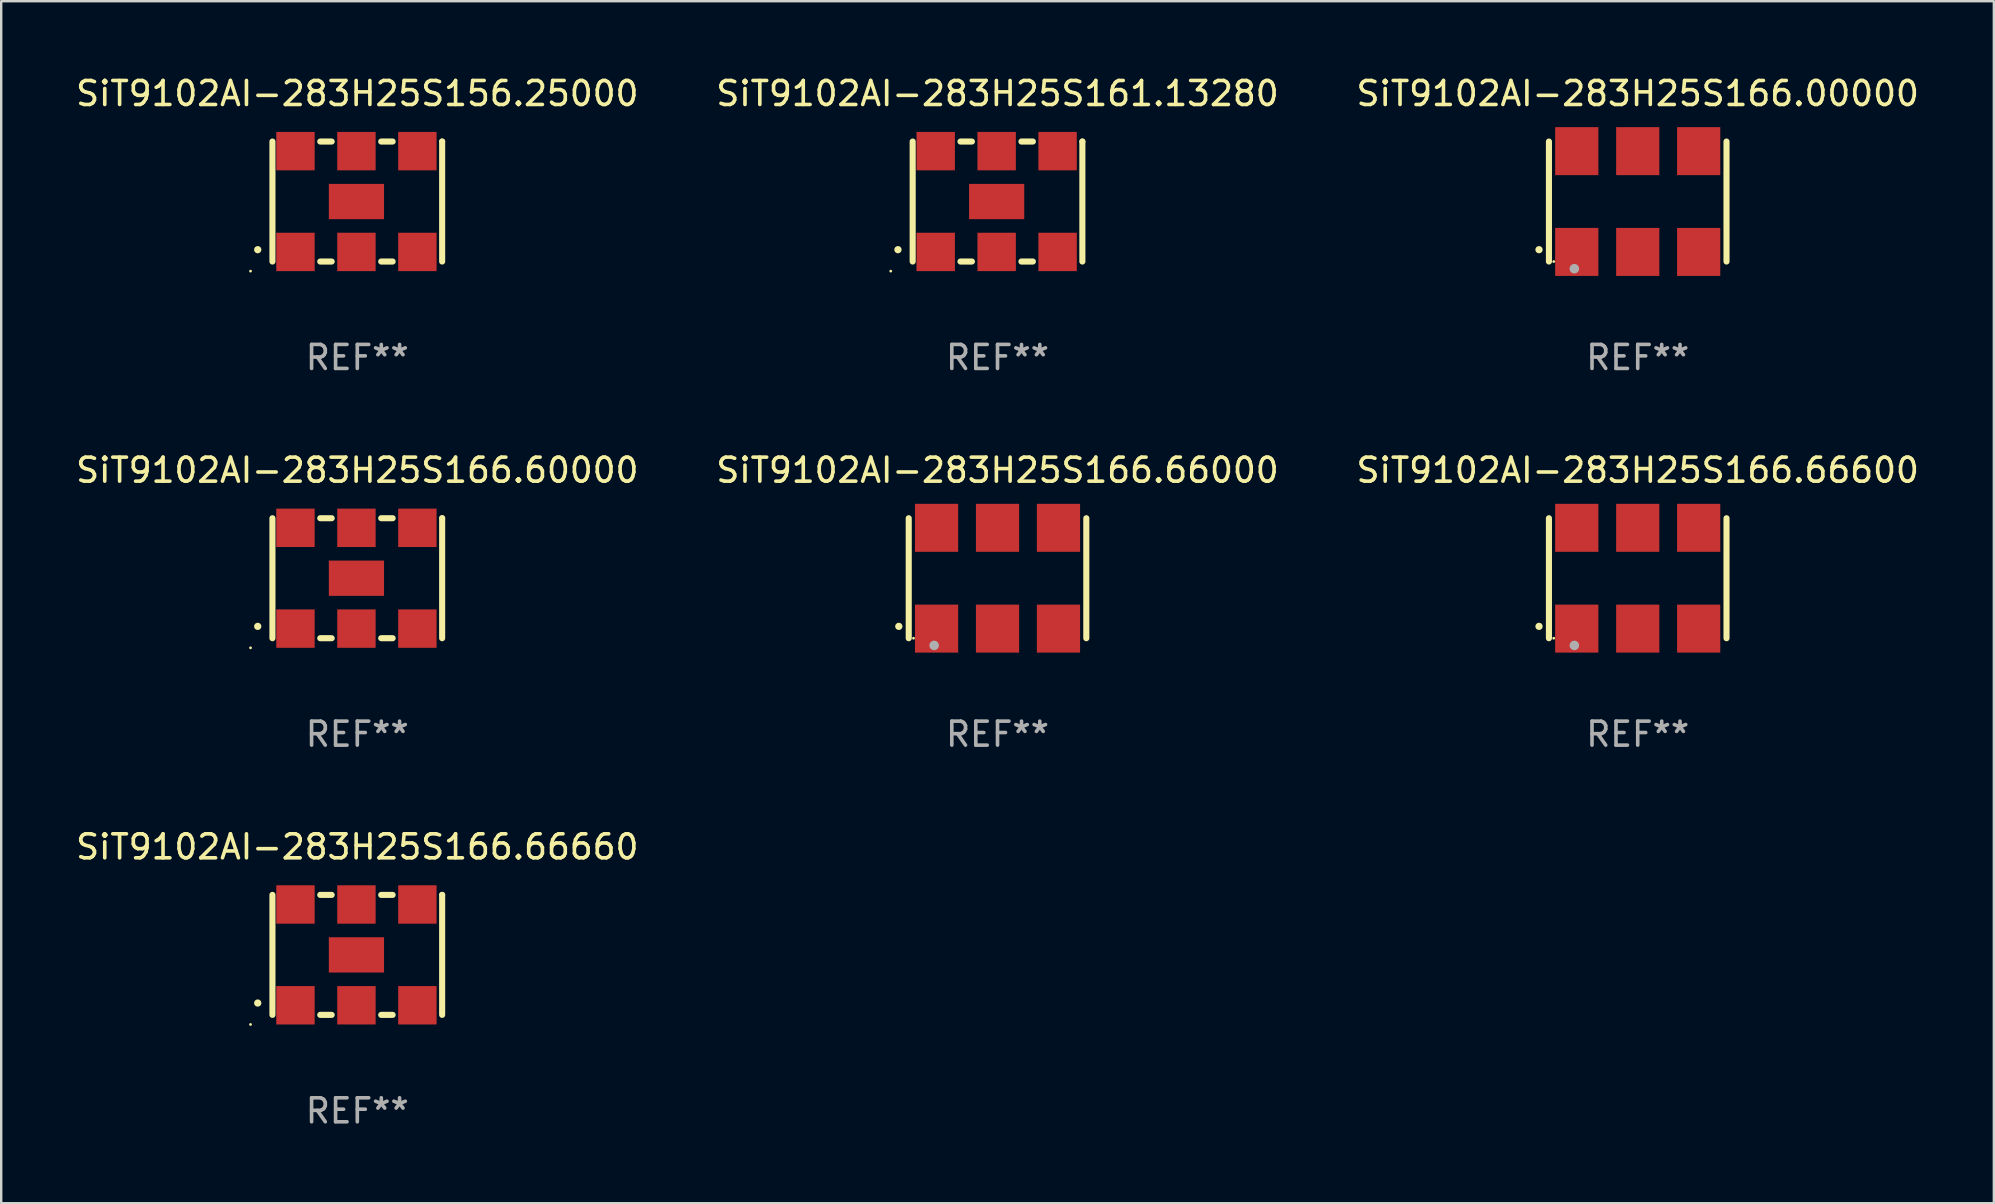
<source format=kicad_pcb>
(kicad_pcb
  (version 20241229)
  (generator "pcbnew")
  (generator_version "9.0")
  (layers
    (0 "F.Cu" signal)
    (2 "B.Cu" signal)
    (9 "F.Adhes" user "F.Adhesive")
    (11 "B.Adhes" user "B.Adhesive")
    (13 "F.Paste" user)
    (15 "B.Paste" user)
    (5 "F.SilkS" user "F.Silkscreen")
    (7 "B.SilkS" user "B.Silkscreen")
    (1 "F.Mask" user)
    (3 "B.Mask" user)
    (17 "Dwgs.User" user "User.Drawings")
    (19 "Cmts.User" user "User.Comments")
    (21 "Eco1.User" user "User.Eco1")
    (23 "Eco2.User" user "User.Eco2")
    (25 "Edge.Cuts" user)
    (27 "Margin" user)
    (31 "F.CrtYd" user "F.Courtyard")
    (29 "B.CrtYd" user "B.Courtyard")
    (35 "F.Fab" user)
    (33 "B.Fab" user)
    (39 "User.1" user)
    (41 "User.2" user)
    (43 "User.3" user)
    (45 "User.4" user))
  (footprint "SiT9102AI-283H25S166.00000"
    (layer "F.Cu")
    (at 65.196 5.348)
    (property "Reference" "SiT9102AI-283H25S166.00000" (at 0 -4.5 0) (layer "F.SilkS") (effects (font (size 1 1) (thickness 0.15))))
    (attr through_hole)
    (fp_line (start -3.7 -2.5) (end -3.7 2.5) (stroke (width 0.254) (type solid)) (layer "F.SilkS"))
    (fp_line (start 3.7 -2.5) (end 3.7 2.5) (stroke (width 0.254) (type solid)) (layer "F.SilkS"))
    (fp_arc (start -4.114415 2.006604) (mid -4.113145 2.006599) (end -4.111875 2.006604) (stroke (width 0.3) (type solid)) (layer "F.SilkS"))
    (fp_circle (center -3.5 2.501) (end -3.47 2.501) (stroke (width 0.06) (type solid)) (fill no) (layer "F.SilkS"))
    (fp_circle (center -2.641 2.799) (end -2.541 2.799) (stroke (width 0.2) (type solid)) (fill no) (layer "F.Fab"))
    (fp_text user "REF**" (at 0 6.5 0) (layer "F.Fab") (effects (font (size 1 1) (thickness 0.15))))
    (pad "1" smd rect (at -2.54 2.1) (size 1.8 2) (layers "F.Cu" "F.Mask" "F.Paste"))
    (pad "2" smd rect (at 0.000394 2.1) (size 1.8 2) (layers "F.Cu" "F.Mask" "F.Paste"))
    (pad "3" smd rect (at 2.54 2.1) (size 1.8 2) (layers "F.Cu" "F.Mask" "F.Paste"))
    (pad "4" smd rect (at 2.54 -2.1) (size 1.8 2) (layers "F.Cu" "F.Mask" "F.Paste"))
    (pad "5" smd rect (at 0.000394 -2.1) (size 1.8 2) (layers "F.Cu" "F.Mask" "F.Paste"))
    (pad "6" smd rect (at -2.54 -2.1) (size 1.8 2) (layers "F.Cu" "F.Mask" "F.Paste")))
  (footprint "SiT9102AI-283H25S166.60000"
    (layer "F.Cu")
    (at 11.839 21.045)
    (property "Reference" "SiT9102AI-283H25S166.60000" (at 0 -4.5 0) (layer "F.SilkS") (effects (font (size 1 1) (thickness 0.15))))
    (attr through_hole)
    (fp_line (start -3.536 -2.5) (end -3.536 2.5) (stroke (width 0.254) (type solid)) (layer "F.SilkS"))
    (fp_line (start -1.544 2.5) (end -1.067 2.5) (stroke (width 0.254) (type solid)) (layer "F.SilkS"))
    (fp_line (start -1.067 -2.5) (end -1.544 -2.5) (stroke (width 0.254) (type solid)) (layer "F.SilkS"))
    (fp_line (start 0.996 2.5) (end 1.473 2.5) (stroke (width 0.254) (type solid)) (layer "F.SilkS"))
    (fp_line (start 1.473 -2.5) (end 0.996 -2.5) (stroke (width 0.254) (type solid)) (layer "F.SilkS"))
    (fp_line (start 3.536 -2.5) (end 3.536 -2.5) (stroke (width 0.254) (type solid)) (layer "F.SilkS"))
    (fp_line (start 3.536 2.5) (end 3.536 -2.5) (stroke (width 0.254) (type solid)) (layer "F.SilkS"))
    (fp_arc (start -4.150432 2.006604) (mid -4.149162 2.006599) (end -4.147892 2.006604) (stroke (width 0.3) (type solid)) (layer "F.SilkS"))
    (fp_circle (center -4.449 2.9) (end -4.419 2.9) (stroke (width 0.06) (type solid)) (fill no) (layer "F.SilkS"))
    (fp_text user "REF**" (at 0 6.5 0) (layer "F.Fab") (effects (font (size 1 1) (thickness 0.15))))
    (pad "1" smd rect (at -2.576 2.1) (size 1.6 1.6) (layers "F.Cu" "F.Mask" "F.Paste"))
    (pad "2" smd rect (at -0.036 2.1) (size 1.6 1.6) (layers "F.Cu" "F.Mask" "F.Paste"))
    (pad "3" smd rect (at 2.504 2.1) (size 1.6 1.6) (layers "F.Cu" "F.Mask" "F.Paste"))
    (pad "4" smd rect (at 2.504 -2.1) (size 1.6 1.6) (layers "F.Cu" "F.Mask" "F.Paste"))
    (pad "5" smd rect (at -0.036 -2.1) (size 1.6 1.6) (layers "F.Cu" "F.Mask" "F.Paste"))
    (pad "6" smd rect (at -2.576 -2.1) (size 1.6 1.6) (layers "F.Cu" "F.Mask" "F.Paste"))
    (pad "7" smd rect (at -0.036 0) (size 2.3 1.47) (layers "F.Cu" "F.Mask" "F.Paste")))
  (footprint "SiT9102AI-283H25S166.66660"
    (layer "F.Cu")
    (at 11.839 36.741)
    (property "Reference" "SiT9102AI-283H25S166.66660" (at 0 -4.5 0) (layer "F.SilkS") (effects (font (size 1 1) (thickness 0.15))))
    (attr through_hole)
    (fp_line (start -3.536 -2.5) (end -3.536 2.5) (stroke (width 0.254) (type solid)) (layer "F.SilkS"))
    (fp_line (start -1.544 2.5) (end -1.067 2.5) (stroke (width 0.254) (type solid)) (layer "F.SilkS"))
    (fp_line (start -1.067 -2.5) (end -1.544 -2.5) (stroke (width 0.254) (type solid)) (layer "F.SilkS"))
    (fp_line (start 0.996 2.5) (end 1.473 2.5) (stroke (width 0.254) (type solid)) (layer "F.SilkS"))
    (fp_line (start 1.473 -2.5) (end 0.996 -2.5) (stroke (width 0.254) (type solid)) (layer "F.SilkS"))
    (fp_line (start 3.536 -2.5) (end 3.536 -2.5) (stroke (width 0.254) (type solid)) (layer "F.SilkS"))
    (fp_line (start 3.536 2.5) (end 3.536 -2.5) (stroke (width 0.254) (type solid)) (layer "F.SilkS"))
    (fp_arc (start -4.150432 2.006604) (mid -4.149162 2.006599) (end -4.147892 2.006604) (stroke (width 0.3) (type solid)) (layer "F.SilkS"))
    (fp_circle (center -4.449 2.9) (end -4.419 2.9) (stroke (width 0.06) (type solid)) (fill no) (layer "F.SilkS"))
    (fp_text user "REF**" (at 0 6.5 0) (layer "F.Fab") (effects (font (size 1 1) (thickness 0.15))))
    (pad "1" smd rect (at -2.576 2.1) (size 1.6 1.6) (layers "F.Cu" "F.Mask" "F.Paste"))
    (pad "2" smd rect (at -0.036 2.1) (size 1.6 1.6) (layers "F.Cu" "F.Mask" "F.Paste"))
    (pad "3" smd rect (at 2.504 2.1) (size 1.6 1.6) (layers "F.Cu" "F.Mask" "F.Paste"))
    (pad "4" smd rect (at 2.504 -2.1) (size 1.6 1.6) (layers "F.Cu" "F.Mask" "F.Paste"))
    (pad "5" smd rect (at -0.036 -2.1) (size 1.6 1.6) (layers "F.Cu" "F.Mask" "F.Paste"))
    (pad "6" smd rect (at -2.576 -2.1) (size 1.6 1.6) (layers "F.Cu" "F.Mask" "F.Paste"))
    (pad "7" smd rect (at -0.036 0) (size 2.3 1.47) (layers "F.Cu" "F.Mask" "F.Paste")))
  (footprint "SiT9102AI-283H25S166.66600"
    (layer "F.Cu")
    (at 65.196 21.045)
    (property "Reference" "SiT9102AI-283H25S166.66600" (at 0 -4.5 0) (layer "F.SilkS") (effects (font (size 1 1) (thickness 0.15))))
    (attr through_hole)
    (fp_line (start -3.7 -2.5) (end -3.7 2.5) (stroke (width 0.254) (type solid)) (layer "F.SilkS"))
    (fp_line (start 3.7 -2.5) (end 3.7 2.5) (stroke (width 0.254) (type solid)) (layer "F.SilkS"))
    (fp_arc (start -4.114415 2.006604) (mid -4.113145 2.006599) (end -4.111875 2.006604) (stroke (width 0.3) (type solid)) (layer "F.SilkS"))
    (fp_circle (center -3.5 2.501) (end -3.47 2.501) (stroke (width 0.06) (type solid)) (fill no) (layer "F.SilkS"))
    (fp_circle (center -2.641 2.799) (end -2.541 2.799) (stroke (width 0.2) (type solid)) (fill no) (layer "F.Fab"))
    (fp_text user "REF**" (at 0 6.5 0) (layer "F.Fab") (effects (font (size 1 1) (thickness 0.15))))
    (pad "1" smd rect (at -2.54 2.1) (size 1.8 2) (layers "F.Cu" "F.Mask" "F.Paste"))
    (pad "2" smd rect (at 0.000394 2.1) (size 1.8 2) (layers "F.Cu" "F.Mask" "F.Paste"))
    (pad "3" smd rect (at 2.54 2.1) (size 1.8 2) (layers "F.Cu" "F.Mask" "F.Paste"))
    (pad "4" smd rect (at 2.54 -2.1) (size 1.8 2) (layers "F.Cu" "F.Mask" "F.Paste"))
    (pad "5" smd rect (at 0.000394 -2.1) (size 1.8 2) (layers "F.Cu" "F.Mask" "F.Paste"))
    (pad "6" smd rect (at -2.54 -2.1) (size 1.8 2) (layers "F.Cu" "F.Mask" "F.Paste")))
  (footprint "SiT9102AI-283H25S156.25000"
    (layer "F.Cu")
    (at 11.839 5.348)
    (property "Reference" "SiT9102AI-283H25S156.25000" (at 0 -4.5 0) (layer "F.SilkS") (effects (font (size 1 1) (thickness 0.15))))
    (attr through_hole)
    (fp_line (start -3.536 -2.5) (end -3.536 2.5) (stroke (width 0.254) (type solid)) (layer "F.SilkS"))
    (fp_line (start -1.544 2.5) (end -1.067 2.5) (stroke (width 0.254) (type solid)) (layer "F.SilkS"))
    (fp_line (start -1.067 -2.5) (end -1.544 -2.5) (stroke (width 0.254) (type solid)) (layer "F.SilkS"))
    (fp_line (start 0.996 2.5) (end 1.473 2.5) (stroke (width 0.254) (type solid)) (layer "F.SilkS"))
    (fp_line (start 1.473 -2.5) (end 0.996 -2.5) (stroke (width 0.254) (type solid)) (layer "F.SilkS"))
    (fp_line (start 3.536 -2.5) (end 3.536 -2.5) (stroke (width 0.254) (type solid)) (layer "F.SilkS"))
    (fp_line (start 3.536 2.5) (end 3.536 -2.5) (stroke (width 0.254) (type solid)) (layer "F.SilkS"))
    (fp_arc (start -4.150432 2.006604) (mid -4.149162 2.006599) (end -4.147892 2.006604) (stroke (width 0.3) (type solid)) (layer "F.SilkS"))
    (fp_circle (center -4.449 2.9) (end -4.419 2.9) (stroke (width 0.06) (type solid)) (fill no) (layer "F.SilkS"))
    (fp_text user "REF**" (at 0 6.5 0) (layer "F.Fab") (effects (font (size 1 1) (thickness 0.15))))
    (pad "1" smd rect (at -2.576 2.1) (size 1.6 1.6) (layers "F.Cu" "F.Mask" "F.Paste"))
    (pad "2" smd rect (at -0.036 2.1) (size 1.6 1.6) (layers "F.Cu" "F.Mask" "F.Paste"))
    (pad "3" smd rect (at 2.504 2.1) (size 1.6 1.6) (layers "F.Cu" "F.Mask" "F.Paste"))
    (pad "4" smd rect (at 2.504 -2.1) (size 1.6 1.6) (layers "F.Cu" "F.Mask" "F.Paste"))
    (pad "5" smd rect (at -0.036 -2.1) (size 1.6 1.6) (layers "F.Cu" "F.Mask" "F.Paste"))
    (pad "6" smd rect (at -2.576 -2.1) (size 1.6 1.6) (layers "F.Cu" "F.Mask" "F.Paste"))
    (pad "7" smd rect (at -0.036 0) (size 2.3 1.47) (layers "F.Cu" "F.Mask" "F.Paste")))
  (footprint "SiT9102AI-283H25S166.66000"
    (layer "F.Cu")
    (at 38.518 21.045)
    (property "Reference" "SiT9102AI-283H25S166.66000" (at 0 -4.5 0) (layer "F.SilkS") (effects (font (size 1 1) (thickness 0.15))))
    (attr through_hole)
    (fp_line (start -3.7 -2.5) (end -3.7 2.5) (stroke (width 0.254) (type solid)) (layer "F.SilkS"))
    (fp_line (start 3.7 -2.5) (end 3.7 2.5) (stroke (width 0.254) (type solid)) (layer "F.SilkS"))
    (fp_arc (start -4.114415 2.006604) (mid -4.113145 2.006599) (end -4.111875 2.006604) (stroke (width 0.3) (type solid)) (layer "F.SilkS"))
    (fp_circle (center -3.5 2.501) (end -3.47 2.501) (stroke (width 0.06) (type solid)) (fill no) (layer "F.SilkS"))
    (fp_circle (center -2.641 2.799) (end -2.541 2.799) (stroke (width 0.2) (type solid)) (fill no) (layer "F.Fab"))
    (fp_text user "REF**" (at 0 6.5 0) (layer "F.Fab") (effects (font (size 1 1) (thickness 0.15))))
    (pad "1" smd rect (at -2.54 2.1) (size 1.8 2) (layers "F.Cu" "F.Mask" "F.Paste"))
    (pad "2" smd rect (at 0.000394 2.1) (size 1.8 2) (layers "F.Cu" "F.Mask" "F.Paste"))
    (pad "3" smd rect (at 2.54 2.1) (size 1.8 2) (layers "F.Cu" "F.Mask" "F.Paste"))
    (pad "4" smd rect (at 2.54 -2.1) (size 1.8 2) (layers "F.Cu" "F.Mask" "F.Paste"))
    (pad "5" smd rect (at 0.000394 -2.1) (size 1.8 2) (layers "F.Cu" "F.Mask" "F.Paste"))
    (pad "6" smd rect (at -2.54 -2.1) (size 1.8 2) (layers "F.Cu" "F.Mask" "F.Paste")))
  (footprint "SiT9102AI-283H25S161.13280"
    (layer "F.Cu")
    (at 38.518 5.348)
    (property "Reference" "SiT9102AI-283H25S161.13280" (at 0 -4.5 0) (layer "F.SilkS") (effects (font (size 1 1) (thickness 0.15))))
    (attr through_hole)
    (fp_line (start -3.536 -2.5) (end -3.536 2.5) (stroke (width 0.254) (type solid)) (layer "F.SilkS"))
    (fp_line (start -1.544 2.5) (end -1.067 2.5) (stroke (width 0.254) (type solid)) (layer "F.SilkS"))
    (fp_line (start -1.067 -2.5) (end -1.544 -2.5) (stroke (width 0.254) (type solid)) (layer "F.SilkS"))
    (fp_line (start 0.996 2.5) (end 1.473 2.5) (stroke (width 0.254) (type solid)) (layer "F.SilkS"))
    (fp_line (start 1.473 -2.5) (end 0.996 -2.5) (stroke (width 0.254) (type solid)) (layer "F.SilkS"))
    (fp_line (start 3.536 -2.5) (end 3.536 -2.5) (stroke (width 0.254) (type solid)) (layer "F.SilkS"))
    (fp_line (start 3.536 2.5) (end 3.536 -2.5) (stroke (width 0.254) (type solid)) (layer "F.SilkS"))
    (fp_arc (start -4.150432 2.006604) (mid -4.149162 2.006599) (end -4.147892 2.006604) (stroke (width 0.3) (type solid)) (layer "F.SilkS"))
    (fp_circle (center -4.449 2.9) (end -4.419 2.9) (stroke (width 0.06) (type solid)) (fill no) (layer "F.SilkS"))
    (fp_text user "REF**" (at 0 6.5 0) (layer "F.Fab") (effects (font (size 1 1) (thickness 0.15))))
    (pad "1" smd rect (at -2.576 2.1) (size 1.6 1.6) (layers "F.Cu" "F.Mask" "F.Paste"))
    (pad "2" smd rect (at -0.036 2.1) (size 1.6 1.6) (layers "F.Cu" "F.Mask" "F.Paste"))
    (pad "3" smd rect (at 2.504 2.1) (size 1.6 1.6) (layers "F.Cu" "F.Mask" "F.Paste"))
    (pad "4" smd rect (at 2.504 -2.1) (size 1.6 1.6) (layers "F.Cu" "F.Mask" "F.Paste"))
    (pad "5" smd rect (at -0.036 -2.1) (size 1.6 1.6) (layers "F.Cu" "F.Mask" "F.Paste"))
    (pad "6" smd rect (at -2.576 -2.1) (size 1.6 1.6) (layers "F.Cu" "F.Mask" "F.Paste"))
    (pad "7" smd rect (at -0.036 0) (size 2.3 1.47) (layers "F.Cu" "F.Mask" "F.Paste")))
  (gr_rect
    (start -3 -3)
    (end 80.036 47.09)
    (stroke (width 0.1) (type default))
    (fill no)
    (layer "Edge.Cuts")))
</source>
